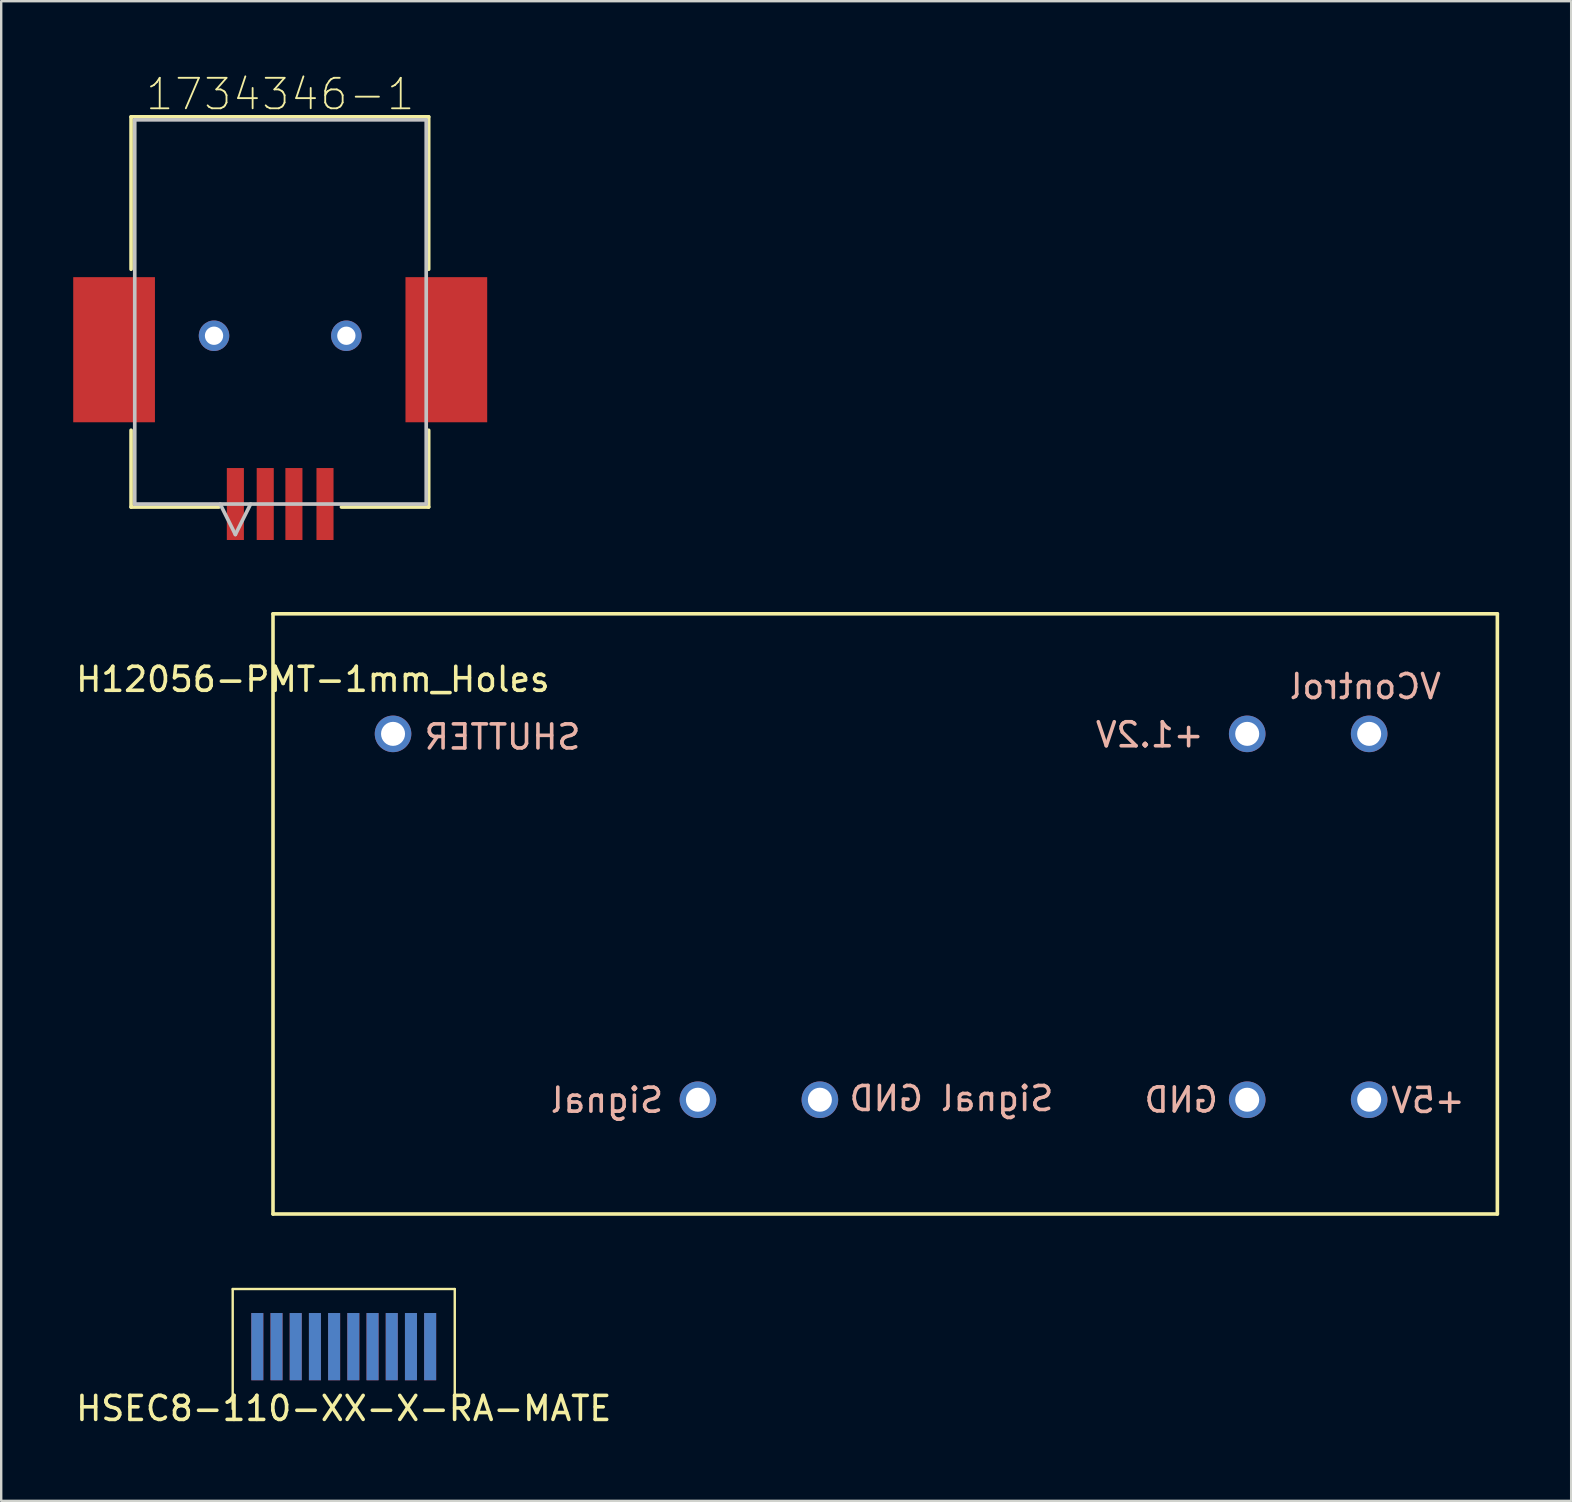
<source format=kicad_pcb>
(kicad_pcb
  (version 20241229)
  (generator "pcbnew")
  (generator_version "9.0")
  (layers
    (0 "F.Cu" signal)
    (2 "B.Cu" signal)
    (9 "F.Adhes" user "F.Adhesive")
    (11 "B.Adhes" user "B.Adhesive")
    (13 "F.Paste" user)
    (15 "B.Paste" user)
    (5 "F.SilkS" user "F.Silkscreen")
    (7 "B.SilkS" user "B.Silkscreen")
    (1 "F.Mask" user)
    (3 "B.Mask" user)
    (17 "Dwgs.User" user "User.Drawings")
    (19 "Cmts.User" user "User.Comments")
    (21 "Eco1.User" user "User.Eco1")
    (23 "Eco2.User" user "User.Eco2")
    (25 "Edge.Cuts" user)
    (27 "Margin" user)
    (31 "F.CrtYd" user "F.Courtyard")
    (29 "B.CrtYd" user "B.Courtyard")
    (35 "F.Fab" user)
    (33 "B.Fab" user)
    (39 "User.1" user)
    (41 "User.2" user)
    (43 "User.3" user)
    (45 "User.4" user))
  (footprint "HSEC8-110-XX-X-RA-MATE"
    (layer "F.Cu")
    (at 11.268 54.444)
    (property "Reference" "HSEC8-110-XX-X-RA-MATE" (at 0 1.175 0) (layer "F.SilkS") (effects (font (size 1 1) (thickness 0.15))))
    (attr through_hole)
    (fp_line (start -4.625 -3.8) (end -4.625 1.2) (stroke (width 0.1) (type solid)) (layer "F.SilkS"))
    (fp_line (start -4.625 -3.8) (end 4.625 -3.8) (stroke (width 0.1) (type solid)) (layer "F.SilkS"))
    (fp_line (start 4.625 -3.8) (end 4.625 1.2) (stroke (width 0.1) (type solid)) (layer "F.SilkS"))
    (pad "1" smd rect (at -3.6 -1.4) (size 0.5 2.8) (layers "B.Cu" "B.Mask" "B.Paste"))
    (pad "2" smd rect (at -3.6 -1.4) (size 0.5 2.8) (layers "F.Cu" "F.Mask" "F.Paste"))
    (pad "3" smd rect (at -2.8 -1.4) (size 0.5 2.8) (layers "B.Cu" "B.Mask" "B.Paste"))
    (pad "4" smd rect (at -2.8 -1.4) (size 0.5 2.8) (layers "F.Cu" "F.Mask" "F.Paste"))
    (pad "5" smd rect (at -2 -1.4) (size 0.5 2.8) (layers "B.Cu" "B.Mask" "B.Paste"))
    (pad "6" smd rect (at -2 -1.4) (size 0.5 2.8) (layers "F.Cu" "F.Mask" "F.Paste"))
    (pad "7" smd rect (at -1.2 -1.4) (size 0.5 2.8) (layers "B.Cu" "B.Mask" "B.Paste"))
    (pad "8" smd rect (at -1.2 -1.4) (size 0.5 2.8) (layers "F.Cu" "F.Mask" "F.Paste"))
    (pad "9" smd rect (at -0.4 -1.4) (size 0.5 2.8) (layers "B.Cu" "B.Mask" "B.Paste"))
    (pad "10" smd rect (at -0.4 -1.4) (size 0.5 2.8) (layers "F.Cu" "F.Mask" "F.Paste"))
    (pad "11" smd rect (at 0.4 -1.4) (size 0.5 2.8) (layers "B.Cu" "B.Mask" "B.Paste"))
    (pad "12" smd rect (at 0.4 -1.4) (size 0.5 2.8) (layers "F.Cu" "F.Mask" "F.Paste"))
    (pad "13" smd rect (at 1.2 -1.4) (size 0.5 2.8) (layers "B.Cu" "B.Mask" "B.Paste"))
    (pad "14" smd rect (at 1.2 -1.4) (size 0.5 2.8) (layers "F.Cu" "F.Mask" "F.Paste"))
    (pad "15" smd rect (at 2 -1.4) (size 0.5 2.8) (layers "B.Cu" "B.Mask" "B.Paste"))
    (pad "16" smd rect (at 2 -1.4) (size 0.5 2.8) (layers "F.Cu" "F.Mask" "F.Paste"))
    (pad "17" smd rect (at 2.8 -1.4) (size 0.5 2.8) (layers "B.Cu" "B.Mask" "B.Paste"))
    (pad "18" smd rect (at 2.8 -1.4) (size 0.5 2.8) (layers "F.Cu" "F.Mask" "F.Paste"))
    (pad "19" smd rect (at 3.6 -1.4) (size 0.5 2.8) (layers "B.Cu" "B.Mask" "B.Paste"))
    (pad "20" smd rect (at 3.6 -1.4) (size 0.5 2.8) (layers "F.Cu" "F.Mask" "F.Paste")))
  (footprint "H12056-PMT-1mm_Holes"
    (layer "F.Cu")
    (at 13.322 27.519)
    (property "Reference" "H12056-PMT-1mm_Holes" (at -3.34 -2.27 0) (layer "F.SilkS") (effects (font (size 1 1) (thickness 0.15))))
    (attr through_hole)
    (fp_line (start -5 -5) (end 46 -5) (stroke (width 0.15) (type solid)) (layer "F.SilkS"))
    (fp_line (start -5 20) (end -5 -5) (stroke (width 0.15) (type solid)) (layer "F.SilkS"))
    (fp_line (start -5 20) (end 46 20) (stroke (width 0.15) (type solid)) (layer "F.SilkS"))
    (fp_line (start 46 20) (end 46 -5) (stroke (width 0.15) (type solid)) (layer "F.SilkS"))
    (fp_text user "Signal" (at 8.91 15.26 0) (layer "B.SilkS") (effects (font (size 1 1) (thickness 0.15)) (justify mirror)))
    (fp_text user "Signal GND" (at 23.26 15.19 0) (layer "B.SilkS") (effects (font (size 1 1) (thickness 0.15)) (justify mirror)))
    (fp_text user "+1.2V" (at 31.52 0.04 0) (layer "B.SilkS") (effects (font (size 1 1) (thickness 0.15)) (justify mirror)))
    (fp_text user "SHUTTER" (at 4.56 0.13 0) (layer "B.SilkS") (effects (font (size 1 1) (thickness 0.15)) (justify mirror)))
    (fp_text user "VControl" (at 40.5 -1.97 0) (layer "B.SilkS") (effects (font (size 1 1) (thickness 0.15)) (justify mirror)))
    (fp_text user "+5V" (at 43.11 15.27 0) (layer "B.SilkS") (effects (font (size 1 1) (thickness 0.15)) (justify mirror)))
    (fp_text user "GND" (at 32.83 15.25 0) (layer "B.SilkS") (effects (font (size 1 1) (thickness 0.15)) (justify mirror)))
    (pad "1" thru_hole circle (at 0 0) (size 1.524 1.524) (drill 1) (layers "*.Cu" "*.Mask"))
    (pad "2" thru_hole circle (at 35.58 0) (size 1.524 1.524) (drill 1) (layers "*.Cu" "*.Mask"))
    (pad "3" thru_hole circle (at 40.66 0) (size 1.524 1.524) (drill 1) (layers "*.Cu" "*.Mask"))
    (pad "4" thru_hole circle (at 40.66 15.24) (size 1.524 1.524) (drill 1) (layers "*.Cu" "*.Mask"))
    (pad "5" thru_hole circle (at 35.58 15.24) (size 1.524 1.524) (drill 1) (layers "*.Cu" "*.Mask"))
    (pad "6" thru_hole circle (at 17.78 15.24) (size 1.524 1.524) (drill 1) (layers "*.Cu" "*.Mask"))
    (pad "7" thru_hole circle (at 12.7 15.24) (size 1.524 1.524) (drill 1) (layers "*.Cu" "*.Mask")))
  (footprint "1734346-1"
    (layer "F.Cu")
    (at 8.622 10.935)
    (property "Reference" "1734346-1" (at 0 -10.058 0) (layer "F.SilkS") (effects (font (size 1.27 1.27) (thickness 0.076))))
    (attr smd)
    (fp_line (start -6.212 -9.119) (end -6.212 -2.769) (stroke (width 0.152) (type solid)) (layer "F.SilkS"))
    (fp_line (start -6.212 3.937) (end -6.212 7.135) (stroke (width 0.152) (type solid)) (layer "F.SilkS"))
    (fp_line (start -6.212 7.135) (end -2.551 7.135) (stroke (width 0.152) (type solid)) (layer "F.SilkS"))
    (fp_line (start 2.551 7.135) (end 6.184 7.135) (stroke (width 0.152) (type solid)) (layer "F.SilkS"))
    (fp_line (start 6.184 -9.119) (end -6.212 -9.119) (stroke (width 0.152) (type solid)) (layer "F.SilkS"))
    (fp_line (start 6.184 -2.769) (end 6.184 -9.119) (stroke (width 0.152) (type solid)) (layer "F.SilkS"))
    (fp_line (start 6.184 7.135) (end 6.184 3.937) (stroke (width 0.152) (type solid)) (layer "F.SilkS"))
    (fp_line (start -6.059 -8.992) (end -6.059 7.01) (stroke (width 0.152) (type solid)) (layer "Dwgs.User"))
    (fp_line (start -6.059 7.01) (end 6.082 7.01) (stroke (width 0.152) (type solid)) (layer "Dwgs.User"))
    (fp_line (start -2.501 7.01) (end -1.868 8.28) (stroke (width 0.152) (type solid)) (layer "Dwgs.User"))
    (fp_line (start -1.233 7.01) (end -1.868 8.28) (stroke (width 0.152) (type solid)) (layer "Dwgs.User"))
    (fp_line (start 6.082 -8.992) (end -6.059 -8.992) (stroke (width 0.152) (type solid)) (layer "Dwgs.User"))
    (fp_line (start 6.082 7.01) (end 6.082 -8.992) (stroke (width 0.152) (type solid)) (layer "Dwgs.User"))
    (pad "1" smd rect (at -1.868 7.01) (size 0.711 2.997) (layers "F.Cu" "F.Mask" "F.Paste"))
    (pad "2" smd rect (at -0.624 7.01) (size 0.711 2.997) (layers "F.Cu" "F.Mask" "F.Paste"))
    (pad "3" smd rect (at 0.571 7.01) (size 0.711 2.997) (layers "F.Cu" "F.Mask" "F.Paste"))
    (pad "4" smd rect (at 1.866 7.01) (size 0.711 2.997) (layers "F.Cu" "F.Mask" "F.Paste"))
    (pad "5" smd rect (at -6.92 0.582) (size 3.404 6.045) (layers "F.Cu" "F.Mask" "F.Paste"))
    (pad "5" thru_hole circle (at -2.757 0) (size 1.27 1.27) (drill 0.762) (layers "*.Cu" "*.Paste" "*.Mask"))
    (pad "5" thru_hole circle (at 2.755 0) (size 1.27 1.27) (drill 0.762) (layers "*.Cu" "*.Paste" "*.Mask"))
    (pad "5" smd rect (at 6.92 0.582) (size 3.404 6.045) (layers "F.Cu" "F.Mask" "F.Paste")))
  (gr_rect
    (start -3 -3)
    (end 62.397 59.467)
    (stroke (width 0.1) (type default))
    (fill no)
    (layer "Edge.Cuts")))
</source>
